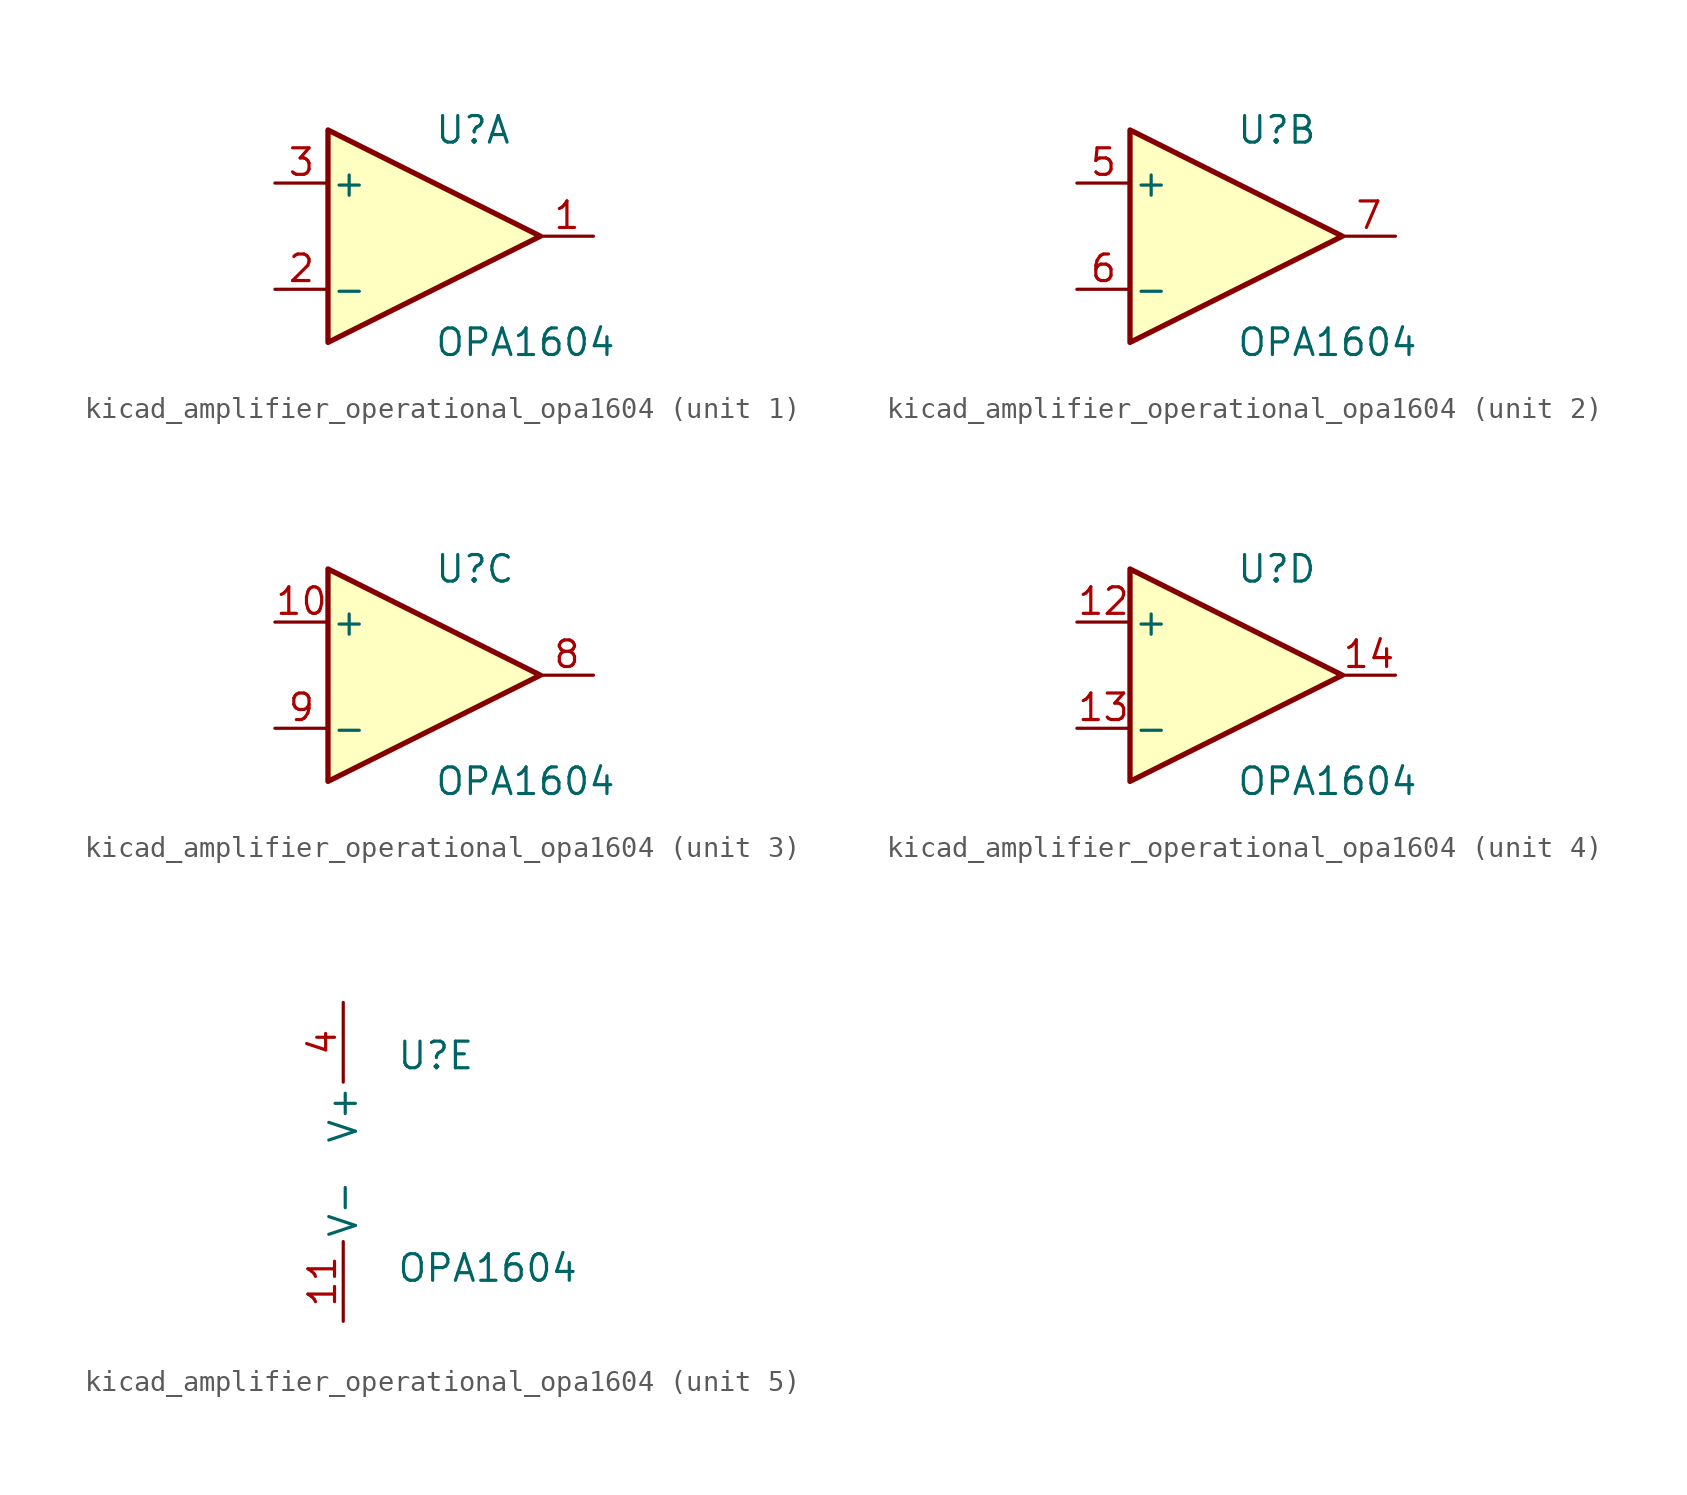
<source format=kicad_sym>
(kicad_symbol_lib
  (version 20220914)
  (generator kicad_symbol_editor)
  (symbol "kicad_amplifier_operational_opa1604"
    (pin_names
      (offset 0.127))
    (property "Reference" "U"
      (at 0 5.08 0)
      (effects (font (size 1.27 1.27)) (justify left)))
    (property "Value" "OPA1604"
      (at 0 -5.08 0)
      (effects (font (size 1.27 1.27)) (justify left)))
    (property "ki_locked" ""
      (at 0 0 0)
      (effects (font (size 1.27 1.27))))
    (symbol "kicad_amplifier_operational_opa1604_1_1"
      (polyline (pts (xy -5.08 5.08) (xy 5.08 0) (xy -5.08 -5.08) (xy -5.08 5.08)) (stroke (width 0.254) (type default)) (fill (type background)))
      (pin output line (at 7.62 0 180) (length 2.54) (name "~" (effects (font (size 1.27 1.27)))) (number "1" (effects (font (size 1.27 1.27)))))
      (pin input line (at -7.62 -2.54 0) (length 2.54) (name "-" (effects (font (size 1.27 1.27)))) (number "2" (effects (font (size 1.27 1.27)))))
      (pin input line (at -7.62 2.54 0) (length 2.54) (name "+" (effects (font (size 1.27 1.27)))) (number "3" (effects (font (size 1.27 1.27))))))
    (symbol "kicad_amplifier_operational_opa1604_2_1"
      (polyline (pts (xy -5.08 5.08) (xy 5.08 0) (xy -5.08 -5.08) (xy -5.08 5.08)) (stroke (width 0.254) (type default)) (fill (type background)))
      (pin input line (at -7.62 2.54 0) (length 2.54) (name "+" (effects (font (size 1.27 1.27)))) (number "5" (effects (font (size 1.27 1.27)))))
      (pin input line (at -7.62 -2.54 0) (length 2.54) (name "-" (effects (font (size 1.27 1.27)))) (number "6" (effects (font (size 1.27 1.27)))))
      (pin output line (at 7.62 0 180) (length 2.54) (name "~" (effects (font (size 1.27 1.27)))) (number "7" (effects (font (size 1.27 1.27))))))
    (symbol "kicad_amplifier_operational_opa1604_3_1"
      (polyline (pts (xy -5.08 5.08) (xy 5.08 0) (xy -5.08 -5.08) (xy -5.08 5.08)) (stroke (width 0.254) (type default)) (fill (type background)))
      (pin input line (at -7.62 2.54 0) (length 2.54) (name "+" (effects (font (size 1.27 1.27)))) (number "10" (effects (font (size 1.27 1.27)))))
      (pin output line (at 7.62 0 180) (length 2.54) (name "~" (effects (font (size 1.27 1.27)))) (number "8" (effects (font (size 1.27 1.27)))))
      (pin input line (at -7.62 -2.54 0) (length 2.54) (name "-" (effects (font (size 1.27 1.27)))) (number "9" (effects (font (size 1.27 1.27))))))
    (symbol "kicad_amplifier_operational_opa1604_4_1"
      (polyline (pts (xy -5.08 5.08) (xy 5.08 0) (xy -5.08 -5.08) (xy -5.08 5.08)) (stroke (width 0.254) (type default)) (fill (type background)))
      (pin input line (at -7.62 2.54 0) (length 2.54) (name "+" (effects (font (size 1.27 1.27)))) (number "12" (effects (font (size 1.27 1.27)))))
      (pin input line (at -7.62 -2.54 0) (length 2.54) (name "-" (effects (font (size 1.27 1.27)))) (number "13" (effects (font (size 1.27 1.27)))))
      (pin output line (at 7.62 0 180) (length 2.54) (name "~" (effects (font (size 1.27 1.27)))) (number "14" (effects (font (size 1.27 1.27))))))
    (symbol "kicad_amplifier_operational_opa1604_5_1"
      (pin power_in line (at -2.54 -7.62 90) (length 3.81) (name "V-" (effects (font (size 1.27 1.27)))) (number "11" (effects (font (size 1.27 1.27)))))
      (pin power_in line (at -2.54 7.62 270) (length 3.81) (name "V+" (effects (font (size 1.27 1.27)))) (number "4" (effects (font (size 1.27 1.27))))))))
</source>
